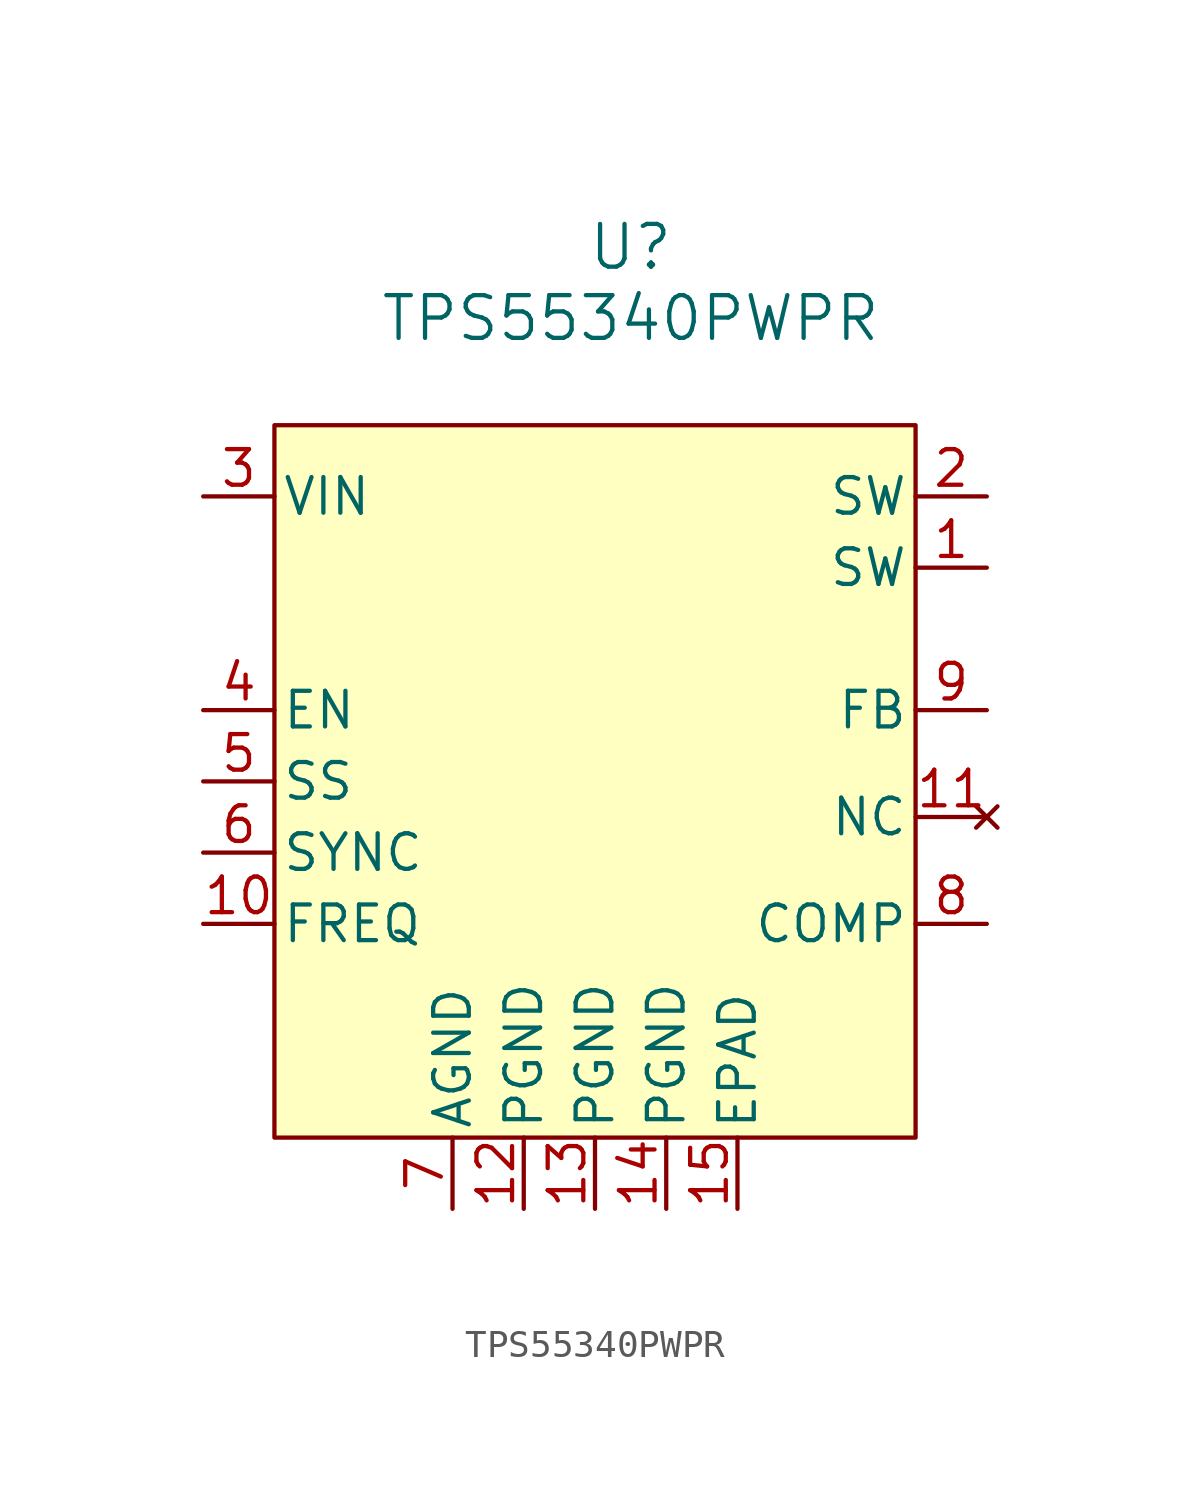
<source format=kicad_sym>
(kicad_symbol_lib
  (version 20220914)
  (generator kicad_symbol_editor)
  (symbol "TPS55340PWPR"
    (pin_names
      (offset 0.254))
    (property "Reference" "U"
      (at 1.27 19.05 0)
      (effects (font (size 1.524 1.524))))
    (property "Value" "TPS55340PWPR"
      (at 1.27 16.51 0)
      (effects (font (size 1.524 1.524))))
    (property "ki_locked" ""
      (at 0 0 0)
      (effects (font (size 1.27 1.27))))
    (symbol "TPS55340PWPR_1_1"
      (rectangle (start -11.43 12.7) (end 11.43 -12.7) (stroke (width 0) (type default)) (fill (type background)))
      (pin unspecified line (at 13.97 7.62 180) (length 2.54) (name "SW" (effects (font (size 1.27 1.27)))) (number "1" (effects (font (size 1.27 1.27)))))
      (pin unspecified line (at -13.97 -5.08 0) (length 2.54) (name "FREQ" (effects (font (size 1.27 1.27)))) (number "10" (effects (font (size 1.27 1.27)))))
      (pin no_connect line (at 13.97 -1.27 180) (length 2.54) (name "NC" (effects (font (size 1.27 1.27)))) (number "11" (effects (font (size 1.27 1.27)))))
      (pin power_in line (at -2.54 -15.24 90) (length 2.54) (name "PGND" (effects (font (size 1.27 1.27)))) (number "12" (effects (font (size 1.27 1.27)))))
      (pin power_in line (at 0 -15.24 90) (length 2.54) (name "PGND" (effects (font (size 1.27 1.27)))) (number "13" (effects (font (size 1.27 1.27)))))
      (pin power_in line (at 2.54 -15.24 90) (length 2.54) (name "PGND" (effects (font (size 1.27 1.27)))) (number "14" (effects (font (size 1.27 1.27)))))
      (pin unspecified line (at 5.08 -15.24 90) (length 2.54) (name "EPAD" (effects (font (size 1.27 1.27)))) (number "15" (effects (font (size 1.27 1.27)))))
      (pin unspecified line (at 13.97 10.16 180) (length 2.54) (name "SW" (effects (font (size 1.27 1.27)))) (number "2" (effects (font (size 1.27 1.27)))))
      (pin input line (at -13.97 10.16 0) (length 2.54) (name "VIN" (effects (font (size 1.27 1.27)))) (number "3" (effects (font (size 1.27 1.27)))))
      (pin unspecified line (at -13.97 2.54 0) (length 2.54) (name "EN" (effects (font (size 1.27 1.27)))) (number "4" (effects (font (size 1.27 1.27)))))
      (pin unspecified line (at -13.97 0 0) (length 2.54) (name "SS" (effects (font (size 1.27 1.27)))) (number "5" (effects (font (size 1.27 1.27)))))
      (pin unspecified line (at -13.97 -2.54 0) (length 2.54) (name "SYNC" (effects (font (size 1.27 1.27)))) (number "6" (effects (font (size 1.27 1.27)))))
      (pin power_in line (at -5.08 -15.24 90) (length 2.54) (name "AGND" (effects (font (size 1.27 1.27)))) (number "7" (effects (font (size 1.27 1.27)))))
      (pin unspecified line (at 13.97 -5.08 180) (length 2.54) (name "COMP" (effects (font (size 1.27 1.27)))) (number "8" (effects (font (size 1.27 1.27)))))
      (pin unspecified line (at 13.97 2.54 180) (length 2.54) (name "FB" (effects (font (size 1.27 1.27)))) (number "9" (effects (font (size 1.27 1.27))))))))
</source>
